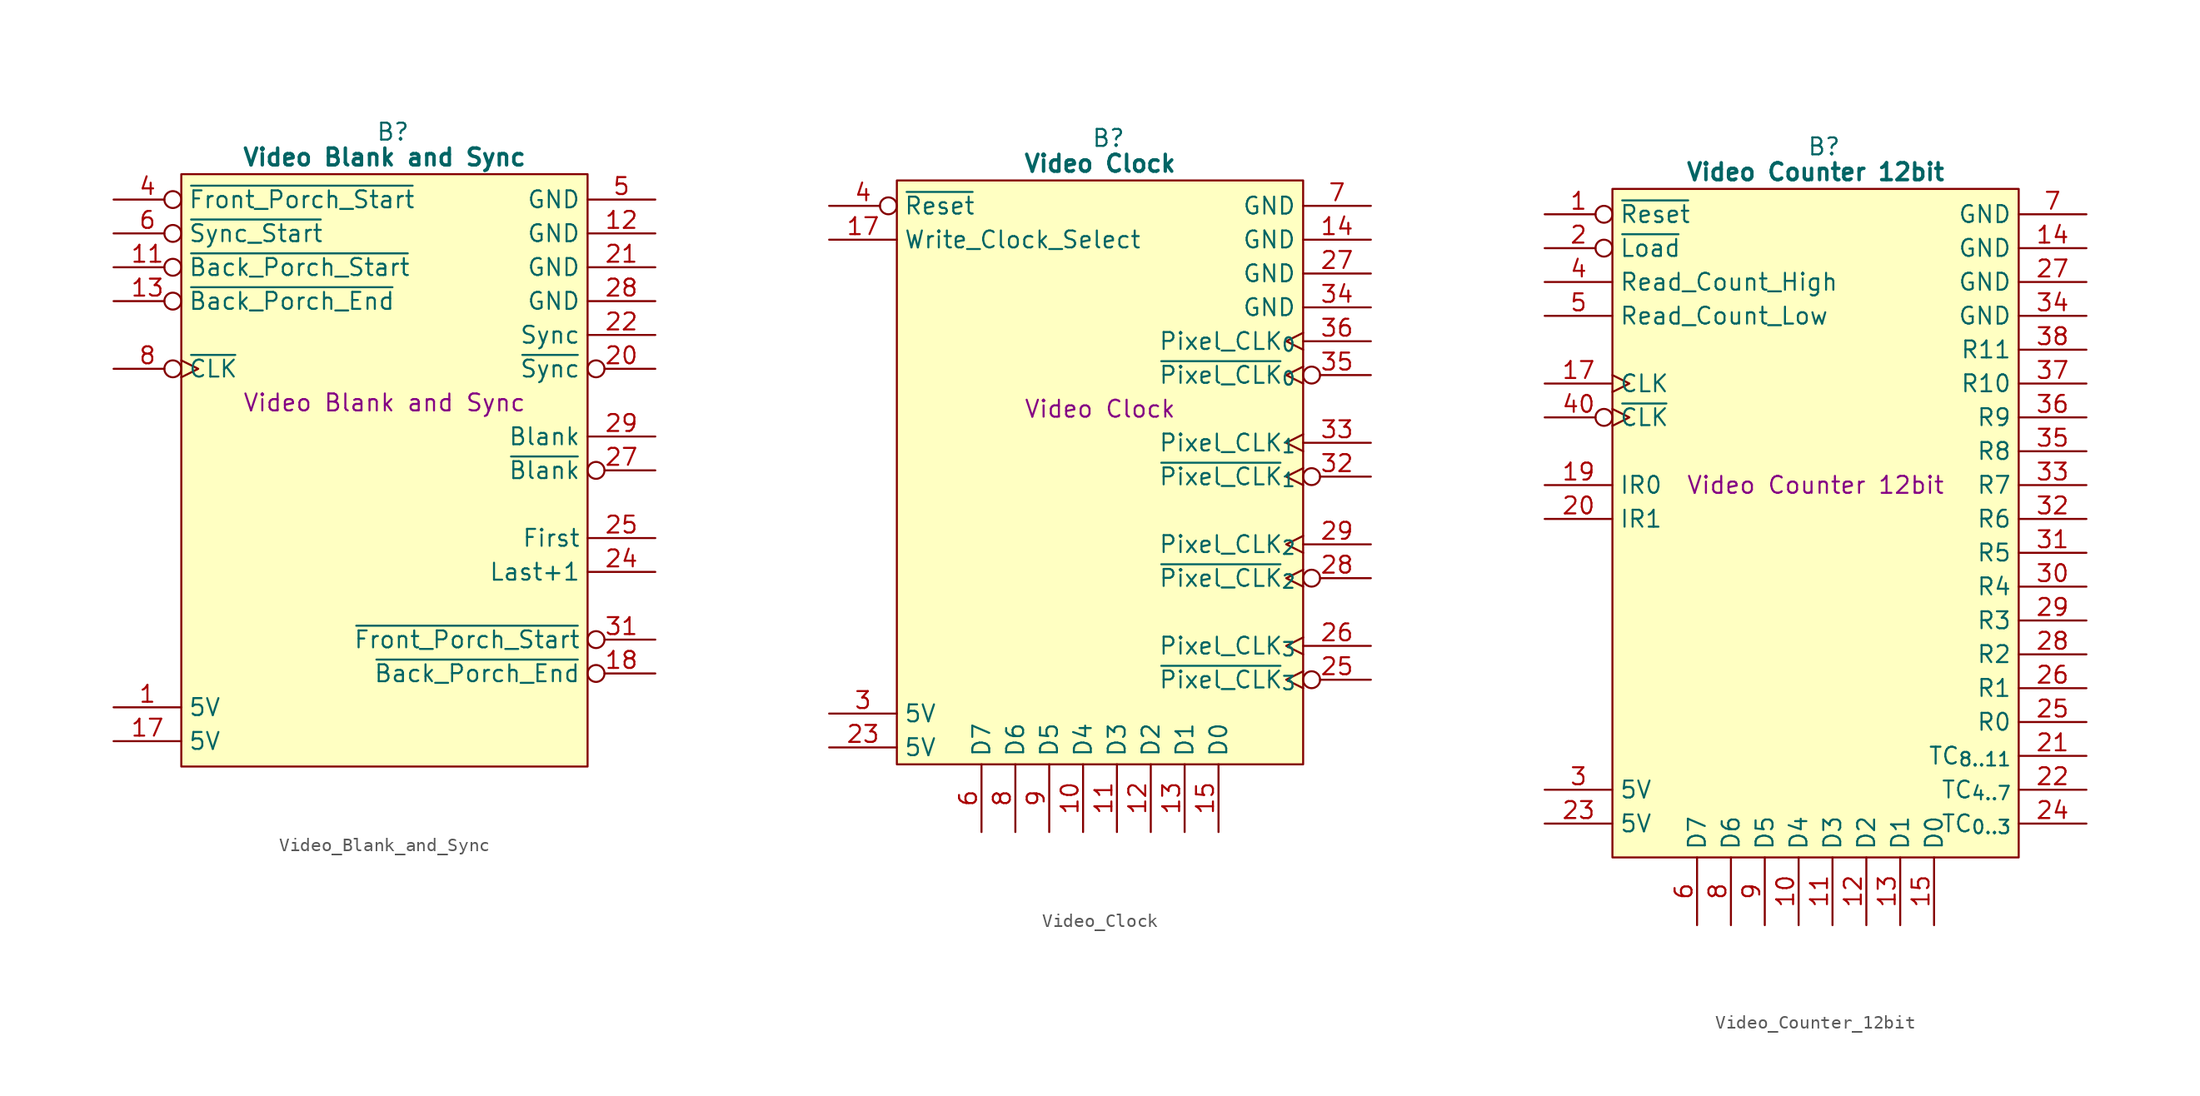
<source format=kicad_sym>
(kicad_symbol_lib
  (version 20241209)
  (generator "kicad_symbol_editor")
  (generator_version "9.0")
  (symbol "Video_Blank_and_Sync"
    (property "Reference" "B"
      (at 15.875 5.08 0)
      (effects (font (size 1.27 1.27))))
    (property "Value" "Video Blank and Sync"
      (at 15.24 3.175 0)
      (effects (font (size 1.27 1.27) (bold yes))))
    (property "Description" "Video Blank and Sync"
      (at 15.24 -15.24 0)
      (effects (font (size 1.27 1.27))))
    (symbol "Video_Blank_and_Sync_0_1"
      (polyline (pts (xy 0 1.905) (xy 30.48 1.905) (xy 30.48 -42.545) (xy 0 -42.545) (xy 0 1.905)) (stroke (width 0.152) (type default)) (fill (type background))))
    (symbol "Video_Blank_and_Sync_1_0"
      (pin no_connect line (at 35.56 -40.64 180) (length 5.08) (hide yes) (name "N.C." (effects (font (size 1.27 1.27)))) (number "32" (effects (font (size 1.27 1.27))))))
    (symbol "Video_Blank_and_Sync_1_1"
      (pin input inverted (at -5.08 0 0) (length 5.08) (name "~{Front_Porch_Start}" (effects (font (size 1.27 1.27)))) (number "4" (effects (font (size 1.27 1.27)))))
      (pin input inverted (at -5.08 -2.54 0) (length 5.08) (name "~{Sync_Start}" (effects (font (size 1.27 1.27)))) (number "6" (effects (font (size 1.27 1.27)))))
      (pin input inverted (at -5.08 -5.08 0) (length 5.08) (name "~{Back_Porch_Start}" (effects (font (size 1.27 1.27)))) (number "11" (effects (font (size 1.27 1.27)))))
      (pin input inverted (at -5.08 -7.62 0) (length 5.08) (name "~{Back_Porch_End}" (effects (font (size 1.27 1.27)))) (number "13" (effects (font (size 1.27 1.27)))))
      (pin input inverted_clock (at -5.08 -12.7 0) (length 5.08) (name "~{CLK}" (effects (font (size 1.27 1.27)))) (number "8" (effects (font (size 1.27 1.27)))))
      (pin no_connect line (at -5.08 -15.24 0) (length 5.08) (hide yes) (name "N.C." (effects (font (size 1.27 1.27)))) (number "26" (effects (font (size 1.27 1.27)))))
      (pin no_connect line (at -5.08 -17.78 0) (length 5.08) (hide yes) (name "N.C." (effects (font (size 1.27 1.27)))) (number "2" (effects (font (size 1.27 1.27)))))
      (pin no_connect line (at -5.08 -20.32 0) (length 5.08) (hide yes) (name "N.C." (effects (font (size 1.27 1.27)))) (number "3" (effects (font (size 1.27 1.27)))))
      (pin no_connect line (at -5.08 -22.86 0) (length 5.08) (hide yes) (name "N.C." (effects (font (size 1.27 1.27)))) (number "7" (effects (font (size 1.27 1.27)))))
      (pin no_connect line (at -5.08 -25.4 0) (length 5.08) (hide yes) (name "N.C." (effects (font (size 1.27 1.27)))) (number "9" (effects (font (size 1.27 1.27)))))
      (pin no_connect line (at -5.08 -27.94 0) (length 5.08) (hide yes) (name "N.C." (effects (font (size 1.27 1.27)))) (number "10" (effects (font (size 1.27 1.27)))))
      (pin no_connect line (at -5.08 -30.48 0) (length 5.08) (hide yes) (name "N.C." (effects (font (size 1.27 1.27)))) (number "14" (effects (font (size 1.27 1.27)))))
      (pin no_connect line (at -5.08 -33.02 0) (length 5.08) (hide yes) (name "N.C." (effects (font (size 1.27 1.27)))) (number "15" (effects (font (size 1.27 1.27)))))
      (pin no_connect line (at -5.08 -35.56 0) (length 5.08) (hide yes) (name "N.C." (effects (font (size 1.27 1.27)))) (number "16" (effects (font (size 1.27 1.27)))))
      (pin passive line (at -5.08 -38.1 0) (length 5.08) (name "5V" (effects (font (size 1.27 1.27)))) (number "1" (effects (font (size 1.27 1.27)))))
      (pin passive line (at -5.08 -40.64 0) (length 5.08) (name "5V" (effects (font (size 1.27 1.27)))) (number "17" (effects (font (size 1.27 1.27)))))
      (pin passive line (at 35.56 0 180) (length 5.08) (name "GND" (effects (font (size 1.27 1.27)))) (number "5" (effects (font (size 1.27 1.27)))))
      (pin passive line (at 35.56 -2.54 180) (length 5.08) (name "GND" (effects (font (size 1.27 1.27)))) (number "12" (effects (font (size 1.27 1.27)))))
      (pin passive line (at 35.56 -5.08 180) (length 5.08) (name "GND" (effects (font (size 1.27 1.27)))) (number "21" (effects (font (size 1.27 1.27)))))
      (pin passive line (at 35.56 -7.62 180) (length 5.08) (name "GND" (effects (font (size 1.27 1.27)))) (number "28" (effects (font (size 1.27 1.27)))))
      (pin output line (at 35.56 -10.16 180) (length 5.08) (name "Sync" (effects (font (size 1.27 1.27)))) (number "22" (effects (font (size 1.27 1.27)))))
      (pin output inverted (at 35.56 -12.7 180) (length 5.08) (name "~{Sync}" (effects (font (size 1.27 1.27)))) (number "20" (effects (font (size 1.27 1.27)))))
      (pin output line (at 35.56 -17.78 180) (length 5.08) (name "Blank" (effects (font (size 1.27 1.27)))) (number "29" (effects (font (size 1.27 1.27)))))
      (pin output inverted (at 35.56 -20.32 180) (length 5.08) (name "~{Blank}" (effects (font (size 1.27 1.27)))) (number "27" (effects (font (size 1.27 1.27)))))
      (pin no_connect line (at 35.56 -22.86 180) (length 5.08) (hide yes) (name "N.C." (effects (font (size 1.27 1.27)))) (number "19" (effects (font (size 1.27 1.27)))))
      (pin output line (at 35.56 -25.4 180) (length 5.08) (name "First" (effects (font (size 1.27 1.27)))) (number "25" (effects (font (size 1.27 1.27)))))
      (pin output line (at 35.56 -27.94 180) (length 5.08) (name "Last+1" (effects (font (size 1.27 1.27)))) (number "24" (effects (font (size 1.27 1.27)))))
      (pin no_connect line (at 35.56 -30.48 180) (length 5.08) (hide yes) (name "N.C." (effects (font (size 1.27 1.27)))) (number "23" (effects (font (size 1.27 1.27)))))
      (pin output inverted (at 35.56 -33.02 180) (length 5.08) (name "~{Front_Porch_Start}" (effects (font (size 1.27 1.27)))) (number "31" (effects (font (size 1.27 1.27)))))
      (pin output inverted (at 35.56 -35.56 180) (length 5.08) (name "~{Back_Porch_End}" (effects (font (size 1.27 1.27)))) (number "18" (effects (font (size 1.27 1.27)))))
      (pin no_connect line (at 35.56 -38.1 180) (length 5.08) (hide yes) (name "N.C." (effects (font (size 1.27 1.27)))) (number "30" (effects (font (size 1.27 1.27)))))))
  (symbol "Video_Clock"
    (property "Reference" "B"
      (at 15.875 5.08 0)
      (effects (font (size 1.27 1.27))))
    (property "Value" "Video Clock"
      (at 15.24 3.175 0)
      (effects (font (size 1.27 1.27) (bold yes))))
    (property "Description" "Video Clock"
      (at 15.24 -15.24 0)
      (effects (font (size 1.27 1.27))))
    (symbol "Video_Clock_0_1"
      (polyline (pts (xy 0 1.905) (xy 30.48 1.905) (xy 30.48 -41.91) (xy 0 -41.91) (xy 0 1.905)) (stroke (width 0.152) (type default)) (fill (type background))))
    (symbol "Video_Clock_1_0"
      (pin no_connect line (at -5.08 -35.56 0) (length 5.08) (hide yes) (name "N.C." (effects (font (size 1.27 1.27)))) (number "37" (effects (font (size 1.27 1.27)))))
      (pin passive line (at 35.56 -7.62 180) (length 5.08) (name "GND" (effects (font (size 1.27 1.27)))) (number "34" (effects (font (size 1.27 1.27)))))
      (pin output clock (at 35.56 -10.16 180) (length 5.08) (name "Pixel_CLK_{0}" (effects (font (size 1.27 1.27)))) (number "36" (effects (font (size 1.27 1.27)))))
      (pin output inverted_clock (at 35.56 -12.7 180) (length 5.08) (name "~{Pixel_CLK}_{0}" (effects (font (size 1.27 1.27)))) (number "35" (effects (font (size 1.27 1.27)))))
      (pin no_connect line (at 35.56 -15.24 180) (length 5.08) (hide yes) (name "N.C." (effects (font (size 1.27 1.27)))) (number "38" (effects (font (size 1.27 1.27)))))
      (pin output clock (at 35.56 -17.78 180) (length 5.08) (name "Pixel_CLK_{1}" (effects (font (size 1.27 1.27)))) (number "33" (effects (font (size 1.27 1.27)))))
      (pin output inverted_clock (at 35.56 -20.32 180) (length 5.08) (name "~{Pixel_CLK}_{1}" (effects (font (size 1.27 1.27)))) (number "32" (effects (font (size 1.27 1.27)))))
      (pin no_connect line (at 35.56 -22.86 180) (length 5.08) (hide yes) (name "N.C." (effects (font (size 1.27 1.27)))) (number "39" (effects (font (size 1.27 1.27))))))
    (symbol "Video_Clock_1_1"
      (pin input inverted (at -5.08 0 0) (length 5.08) (name "~{Reset}" (effects (font (size 1.27 1.27)))) (number "4" (effects (font (size 1.27 1.27)))))
      (pin input line (at -5.08 -2.54 0) (length 5.08) (name "Write_Clock_Select" (effects (font (size 1.27 1.27)))) (number "17" (effects (font (size 1.27 1.27)))))
      (pin no_connect line (at -5.08 -5.08 0) (length 5.08) (hide yes) (name "N.C." (effects (font (size 1.27 1.27)))) (number "1" (effects (font (size 1.27 1.27)))))
      (pin no_connect line (at -5.08 -7.62 0) (length 5.08) (hide yes) (name "N.C." (effects (font (size 1.27 1.27)))) (number "2" (effects (font (size 1.27 1.27)))))
      (pin no_connect line (at -5.08 -10.16 0) (length 5.08) (hide yes) (name "N.C." (effects (font (size 1.27 1.27)))) (number "5" (effects (font (size 1.27 1.27)))))
      (pin no_connect line (at -5.08 -12.7 0) (length 5.08) (hide yes) (name "N.C." (effects (font (size 1.27 1.27)))) (number "16" (effects (font (size 1.27 1.27)))))
      (pin no_connect line (at -5.08 -15.24 0) (length 5.08) (hide yes) (name "N.C." (effects (font (size 1.27 1.27)))) (number "18" (effects (font (size 1.27 1.27)))))
      (pin no_connect line (at -5.08 -17.78 0) (length 5.08) (hide yes) (name "N.C." (effects (font (size 1.27 1.27)))) (number "19" (effects (font (size 1.27 1.27)))))
      (pin no_connect line (at -5.08 -20.32 0) (length 5.08) (hide yes) (name "N.C." (effects (font (size 1.27 1.27)))) (number "20" (effects (font (size 1.27 1.27)))))
      (pin no_connect line (at -5.08 -22.86 0) (length 5.08) (hide yes) (name "N.C." (effects (font (size 1.27 1.27)))) (number "21" (effects (font (size 1.27 1.27)))))
      (pin no_connect line (at -5.08 -25.4 0) (length 5.08) (hide yes) (name "N.C." (effects (font (size 1.27 1.27)))) (number "22" (effects (font (size 1.27 1.27)))))
      (pin no_connect line (at -5.08 -27.94 0) (length 5.08) (hide yes) (name "N.C." (effects (font (size 1.27 1.27)))) (number "24" (effects (font (size 1.27 1.27)))))
      (pin no_connect line (at -5.08 -30.48 0) (length 5.08) (hide yes) (name "N.C." (effects (font (size 1.27 1.27)))) (number "30" (effects (font (size 1.27 1.27)))))
      (pin no_connect line (at -5.08 -33.02 0) (length 5.08) (hide yes) (name "N.C." (effects (font (size 1.27 1.27)))) (number "31" (effects (font (size 1.27 1.27)))))
      (pin passive line (at -5.08 -38.1 0) (length 5.08) (name "5V" (effects (font (size 1.27 1.27)))) (number "3" (effects (font (size 1.27 1.27)))))
      (pin passive line (at -5.08 -40.64 0) (length 5.08) (name "5V" (effects (font (size 1.27 1.27)))) (number "23" (effects (font (size 1.27 1.27)))))
      (pin tri_state line (at 6.35 -46.99 90) (length 5.08) (name "D7" (effects (font (size 1.27 1.27)))) (number "6" (effects (font (size 1.27 1.27)))))
      (pin tri_state line (at 8.89 -46.99 90) (length 5.08) (name "D6" (effects (font (size 1.27 1.27)))) (number "8" (effects (font (size 1.27 1.27)))))
      (pin tri_state line (at 11.43 -46.99 90) (length 5.08) (name "D5" (effects (font (size 1.27 1.27)))) (number "9" (effects (font (size 1.27 1.27)))))
      (pin tri_state line (at 13.97 -46.99 90) (length 5.08) (name "D4" (effects (font (size 1.27 1.27)))) (number "10" (effects (font (size 1.27 1.27)))))
      (pin tri_state line (at 16.51 -46.99 90) (length 5.08) (name "D3" (effects (font (size 1.27 1.27)))) (number "11" (effects (font (size 1.27 1.27)))))
      (pin tri_state line (at 19.05 -46.99 90) (length 5.08) (name "D2" (effects (font (size 1.27 1.27)))) (number "12" (effects (font (size 1.27 1.27)))))
      (pin tri_state line (at 21.59 -46.99 90) (length 5.08) (name "D1" (effects (font (size 1.27 1.27)))) (number "13" (effects (font (size 1.27 1.27)))))
      (pin tri_state line (at 24.13 -46.99 90) (length 5.08) (name "D0" (effects (font (size 1.27 1.27)))) (number "15" (effects (font (size 1.27 1.27)))))
      (pin passive line (at 35.56 0 180) (length 5.08) (name "GND" (effects (font (size 1.27 1.27)))) (number "7" (effects (font (size 1.27 1.27)))))
      (pin passive line (at 35.56 -2.54 180) (length 5.08) (name "GND" (effects (font (size 1.27 1.27)))) (number "14" (effects (font (size 1.27 1.27)))))
      (pin passive line (at 35.56 -5.08 180) (length 5.08) (name "GND" (effects (font (size 1.27 1.27)))) (number "27" (effects (font (size 1.27 1.27)))))
      (pin output clock (at 35.56 -25.4 180) (length 5.08) (name "Pixel_CLK_{2}" (effects (font (size 1.27 1.27)))) (number "29" (effects (font (size 1.27 1.27)))))
      (pin output inverted_clock (at 35.56 -27.94 180) (length 5.08) (name "~{Pixel_CLK}_{2}" (effects (font (size 1.27 1.27)))) (number "28" (effects (font (size 1.27 1.27)))))
      (pin no_connect line (at 35.56 -30.48 180) (length 5.08) (hide yes) (name "N.C." (effects (font (size 1.27 1.27)))) (number "40" (effects (font (size 1.27 1.27)))))
      (pin output clock (at 35.56 -33.02 180) (length 5.08) (name "Pixel_CLK_{3}" (effects (font (size 1.27 1.27)))) (number "26" (effects (font (size 1.27 1.27)))))
      (pin output inverted_clock (at 35.56 -35.56 180) (length 5.08) (name "~{Pixel_CLK}_{3}" (effects (font (size 1.27 1.27)))) (number "25" (effects (font (size 1.27 1.27)))))))
  (symbol "Video_Counter_12bit"
    (property "Reference" "B"
      (at 15.875 5.08 0)
      (effects (font (size 1.27 1.27))))
    (property "Value" "Video Counter 12bit"
      (at 15.24 3.175 0)
      (effects (font (size 1.27 1.27) (bold yes))))
    (property "Description" "Video Counter 12bit"
      (at 15.24 -20.32 0)
      (effects (font (size 1.27 1.27))))
    (symbol "Video_Counter_12bit_0_1"
      (polyline (pts (xy 0 1.905) (xy 30.48 1.905) (xy 30.48 -48.26) (xy 0 -48.26) (xy 0 1.905)) (stroke (width 0.152) (type default)) (fill (type background))))
    (symbol "Video_Counter_12bit_1_0"
      (pin no_connect line (at -5.08 -38.1 0) (length 5.08) (hide yes) (name "N.C." (effects (font (size 1.27 1.27)))) (number "39" (effects (font (size 1.27 1.27)))))
      (pin passive line (at 35.56 -7.62 180) (length 5.08) (name "GND" (effects (font (size 1.27 1.27)))) (number "34" (effects (font (size 1.27 1.27)))))
      (pin output line (at 35.56 -10.16 180) (length 5.08) (name "R11" (effects (font (size 1.27 1.27)))) (number "38" (effects (font (size 1.27 1.27)))))
      (pin output line (at 35.56 -12.7 180) (length 5.08) (name "R10" (effects (font (size 1.27 1.27)))) (number "37" (effects (font (size 1.27 1.27)))))
      (pin output line (at 35.56 -15.24 180) (length 5.08) (name "R9" (effects (font (size 1.27 1.27)))) (number "36" (effects (font (size 1.27 1.27)))))
      (pin output line (at 35.56 -17.78 180) (length 5.08) (name "R8" (effects (font (size 1.27 1.27)))) (number "35" (effects (font (size 1.27 1.27)))))
      (pin output line (at 35.56 -20.32 180) (length 5.08) (name "R7" (effects (font (size 1.27 1.27)))) (number "33" (effects (font (size 1.27 1.27)))))
      (pin output line (at 35.56 -22.86 180) (length 5.08) (name "R6" (effects (font (size 1.27 1.27)))) (number "32" (effects (font (size 1.27 1.27))))))
    (symbol "Video_Counter_12bit_1_1"
      (pin input inverted (at -5.08 0 0) (length 5.08) (name "~{Reset}" (effects (font (size 1.27 1.27)))) (number "1" (effects (font (size 1.27 1.27)))))
      (pin input inverted (at -5.08 -2.54 0) (length 5.08) (name "~{Load}" (effects (font (size 1.27 1.27)))) (number "2" (effects (font (size 1.27 1.27)))))
      (pin input line (at -5.08 -5.08 0) (length 5.08) (name "Read_Count_High" (effects (font (size 1.27 1.27)))) (number "4" (effects (font (size 1.27 1.27)))))
      (pin input line (at -5.08 -7.62 0) (length 5.08) (name "Read_Count_Low" (effects (font (size 1.27 1.27)))) (number "5" (effects (font (size 1.27 1.27)))))
      (pin input clock (at -5.08 -12.7 0) (length 5.08) (name "CLK" (effects (font (size 1.27 1.27)))) (number "17" (effects (font (size 1.27 1.27)))))
      (pin input inverted_clock (at -5.08 -15.24 0) (length 5.08) (name "~{CLK}" (effects (font (size 1.27 1.27)))) (number "40" (effects (font (size 1.27 1.27)))))
      (pin input line (at -5.08 -20.32 0) (length 5.08) (name "IR0" (effects (font (size 1.27 1.27)))) (number "19" (effects (font (size 1.27 1.27)))))
      (pin input line (at -5.08 -22.86 0) (length 5.08) (name "IR1" (effects (font (size 1.27 1.27)))) (number "20" (effects (font (size 1.27 1.27)))))
      (pin no_connect line (at -5.08 -33.02 0) (length 5.08) (hide yes) (name "N.C." (effects (font (size 1.27 1.27)))) (number "18" (effects (font (size 1.27 1.27)))))
      (pin no_connect line (at -5.08 -35.56 0) (length 5.08) (hide yes) (name "N.C." (effects (font (size 1.27 1.27)))) (number "16" (effects (font (size 1.27 1.27)))))
      (pin passive line (at -5.08 -43.18 0) (length 5.08) (name "5V" (effects (font (size 1.27 1.27)))) (number "3" (effects (font (size 1.27 1.27)))))
      (pin passive line (at -5.08 -45.72 0) (length 5.08) (name "5V" (effects (font (size 1.27 1.27)))) (number "23" (effects (font (size 1.27 1.27)))))
      (pin tri_state line (at 6.35 -53.34 90) (length 5.08) (name "D7" (effects (font (size 1.27 1.27)))) (number "6" (effects (font (size 1.27 1.27)))))
      (pin tri_state line (at 8.89 -53.34 90) (length 5.08) (name "D6" (effects (font (size 1.27 1.27)))) (number "8" (effects (font (size 1.27 1.27)))))
      (pin tri_state line (at 11.43 -53.34 90) (length 5.08) (name "D5" (effects (font (size 1.27 1.27)))) (number "9" (effects (font (size 1.27 1.27)))))
      (pin tri_state line (at 13.97 -53.34 90) (length 5.08) (name "D4" (effects (font (size 1.27 1.27)))) (number "10" (effects (font (size 1.27 1.27)))))
      (pin tri_state line (at 16.51 -53.34 90) (length 5.08) (name "D3" (effects (font (size 1.27 1.27)))) (number "11" (effects (font (size 1.27 1.27)))))
      (pin tri_state line (at 19.05 -53.34 90) (length 5.08) (name "D2" (effects (font (size 1.27 1.27)))) (number "12" (effects (font (size 1.27 1.27)))))
      (pin tri_state line (at 21.59 -53.34 90) (length 5.08) (name "D1" (effects (font (size 1.27 1.27)))) (number "13" (effects (font (size 1.27 1.27)))))
      (pin tri_state line (at 24.13 -53.34 90) (length 5.08) (name "D0" (effects (font (size 1.27 1.27)))) (number "15" (effects (font (size 1.27 1.27)))))
      (pin passive line (at 35.56 0 180) (length 5.08) (name "GND" (effects (font (size 1.27 1.27)))) (number "7" (effects (font (size 1.27 1.27)))))
      (pin passive line (at 35.56 -2.54 180) (length 5.08) (name "GND" (effects (font (size 1.27 1.27)))) (number "14" (effects (font (size 1.27 1.27)))))
      (pin passive line (at 35.56 -5.08 180) (length 5.08) (name "GND" (effects (font (size 1.27 1.27)))) (number "27" (effects (font (size 1.27 1.27)))))
      (pin output line (at 35.56 -25.4 180) (length 5.08) (name "R5" (effects (font (size 1.27 1.27)))) (number "31" (effects (font (size 1.27 1.27)))))
      (pin output line (at 35.56 -27.94 180) (length 5.08) (name "R4" (effects (font (size 1.27 1.27)))) (number "30" (effects (font (size 1.27 1.27)))))
      (pin output line (at 35.56 -30.48 180) (length 5.08) (name "R3" (effects (font (size 1.27 1.27)))) (number "29" (effects (font (size 1.27 1.27)))))
      (pin output line (at 35.56 -33.02 180) (length 5.08) (name "R2" (effects (font (size 1.27 1.27)))) (number "28" (effects (font (size 1.27 1.27)))))
      (pin output line (at 35.56 -35.56 180) (length 5.08) (name "R1" (effects (font (size 1.27 1.27)))) (number "26" (effects (font (size 1.27 1.27)))))
      (pin output line (at 35.56 -38.1 180) (length 5.08) (name "R0" (effects (font (size 1.27 1.27)))) (number "25" (effects (font (size 1.27 1.27)))))
      (pin output line (at 35.56 -40.64 180) (length 5.08) (name "TC_{8..11}" (effects (font (size 1.27 1.27)))) (number "21" (effects (font (size 1.27 1.27)))))
      (pin output line (at 35.56 -43.18 180) (length 5.08) (name "TC_{4..7}" (effects (font (size 1.27 1.27)))) (number "22" (effects (font (size 1.27 1.27)))))
      (pin output line (at 35.56 -45.72 180) (length 5.08) (name "TC_{0..3}" (effects (font (size 1.27 1.27)))) (number "24" (effects (font (size 1.27 1.27))))))))
</source>
